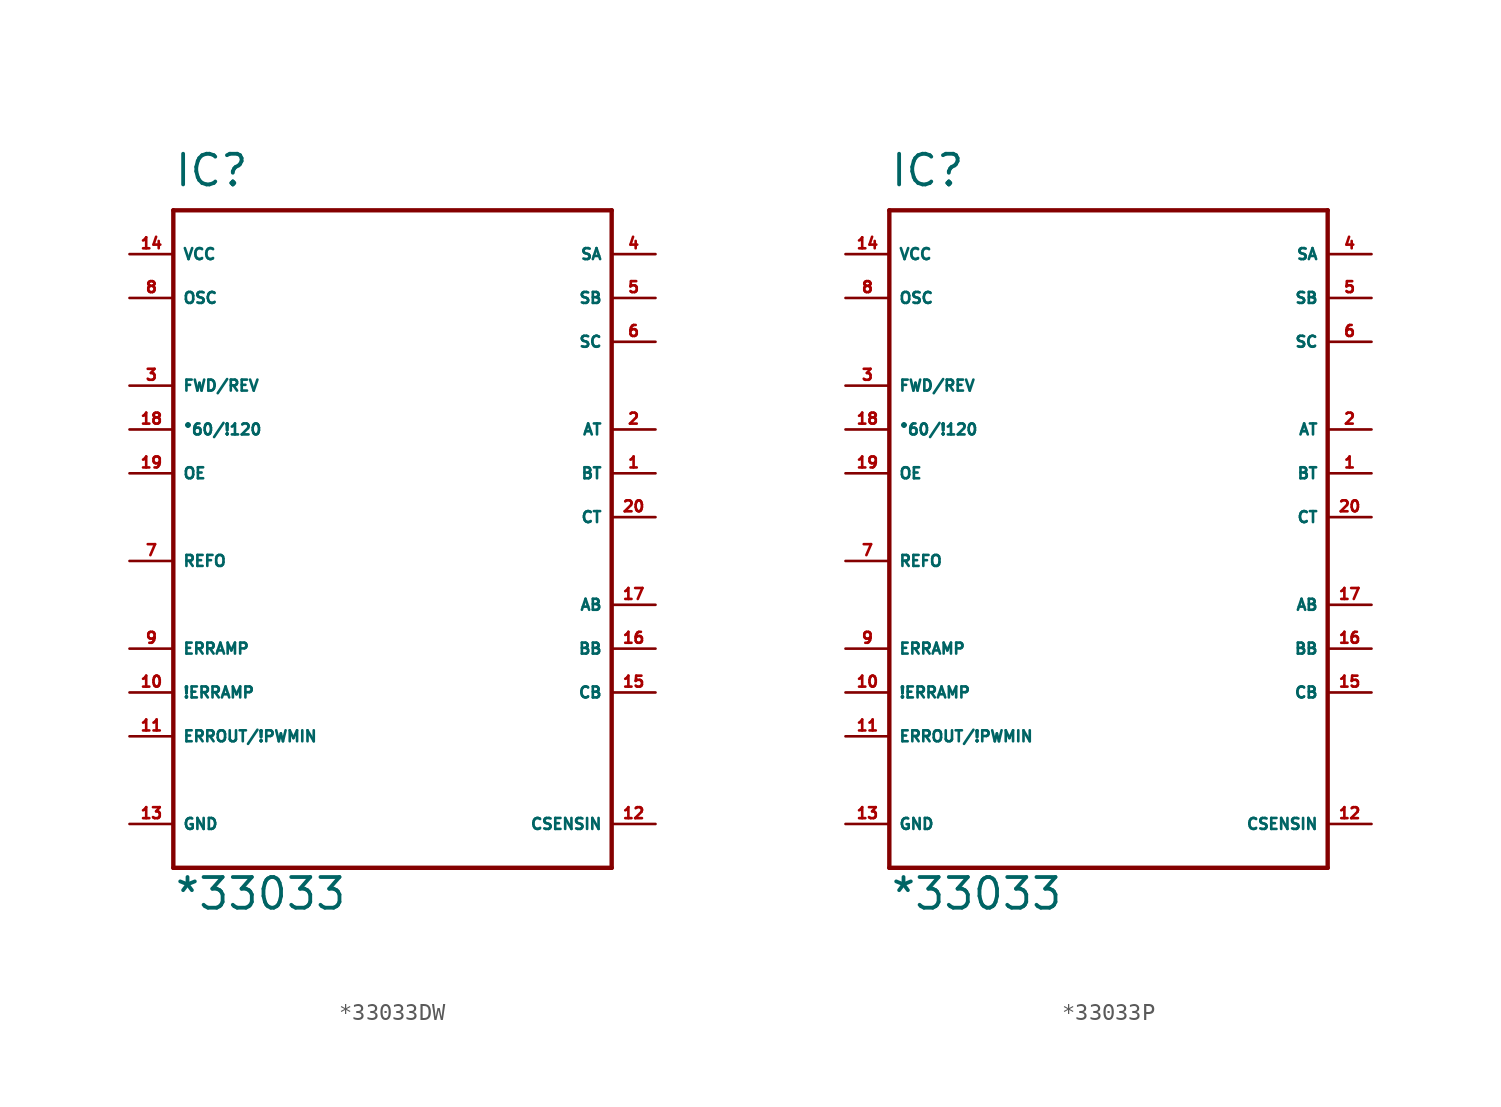
<source format=kicad_sym>
(kicad_symbol_lib
  (version 20220914)
  (generator Eagle2Kicad)
  (symbol "*33033DW"
    (property "Reference" "IC"
      (at -12.7 21.59 0)
      (effects (font (size 1.778 1.778) (thickness 0.22)) (justify left bottom)))
    (property "Value" "*33033"
      (at -12.7 -20.32 0)
      (effects (font (size 1.778 1.778) (thickness 0.22)) (justify left bottom)))
    (polyline
      (pts (xy -12.7 20.32) (xy 12.7 20.32))
      (stroke (width 0.254) (type default))
      (fill (type none)))
    (polyline
      (pts (xy 12.7 20.32) (xy 12.7 -17.78))
      (stroke (width 0.254) (type default))
      (fill (type none)))
    (polyline
      (pts (xy 12.7 -17.78) (xy -12.7 -17.78))
      (stroke (width 0.254) (type default))
      (fill (type none)))
    (polyline
      (pts (xy -12.7 -17.78) (xy -12.7 20.32))
      (stroke (width 0.254) (type default))
      (fill (type none)))
    (pin output line
      (at 15.24 7.62 180)
      (length 2.54)
      (name "AT" (effects (font (size 0.635 0.635) (thickness 0.08)) (justify left bottom)))
      (number "2" (effects (font (size 0.635 0.635) (thickness 0.08)) (justify left bottom))))
    (pin output line
      (at 15.24 5.08 180)
      (length 2.54)
      (name "BT" (effects (font (size 0.635 0.635) (thickness 0.08)) (justify left bottom)))
      (number "1" (effects (font (size 0.635 0.635) (thickness 0.08)) (justify left bottom))))
    (pin output line
      (at 15.24 2.54 180)
      (length 2.54)
      (name "CT" (effects (font (size 0.635 0.635) (thickness 0.08)) (justify left bottom)))
      (number "20" (effects (font (size 0.635 0.635) (thickness 0.08)) (justify left bottom))))
    (pin output line
      (at 15.24 -2.54 180)
      (length 2.54)
      (name "AB" (effects (font (size 0.635 0.635) (thickness 0.08)) (justify left bottom)))
      (number "17" (effects (font (size 0.635 0.635) (thickness 0.08)) (justify left bottom))))
    (pin output line
      (at 15.24 -5.08 180)
      (length 2.54)
      (name "BB" (effects (font (size 0.635 0.635) (thickness 0.08)) (justify left bottom)))
      (number "16" (effects (font (size 0.635 0.635) (thickness 0.08)) (justify left bottom))))
    (pin output line
      (at 15.24 -7.62 180)
      (length 2.54)
      (name "CB" (effects (font (size 0.635 0.635) (thickness 0.08)) (justify left bottom)))
      (number "15" (effects (font (size 0.635 0.635) (thickness 0.08)) (justify left bottom))))
    (pin input line
      (at 15.24 17.78 180)
      (length 2.54)
      (name "SA" (effects (font (size 0.635 0.635) (thickness 0.08)) (justify left bottom)))
      (number "4" (effects (font (size 0.635 0.635) (thickness 0.08)) (justify left bottom))))
    (pin input line
      (at 15.24 15.24 180)
      (length 2.54)
      (name "SB" (effects (font (size 0.635 0.635) (thickness 0.08)) (justify left bottom)))
      (number "5" (effects (font (size 0.635 0.635) (thickness 0.08)) (justify left bottom))))
    (pin input line
      (at 15.24 12.7 180)
      (length 2.54)
      (name "SC" (effects (font (size 0.635 0.635) (thickness 0.08)) (justify left bottom)))
      (number "6" (effects (font (size 0.635 0.635) (thickness 0.08)) (justify left bottom))))
    (pin output line
      (at -15.24 0 0)
      (length 2.54)
      (name "REFO" (effects (font (size 0.635 0.635) (thickness 0.08)) (justify left bottom)))
      (number "7" (effects (font (size 0.635 0.635) (thickness 0.08)) (justify left bottom))))
    (pin passive line
      (at -15.24 -10.16 0)
      (length 2.54)
      (name "ERROUT/!PWMIN" (effects (font (size 0.635 0.635) (thickness 0.08)) (justify left bottom)))
      (number "11" (effects (font (size 0.635 0.635) (thickness 0.08)) (justify left bottom))))
    (pin input line
      (at -15.24 5.08 0)
      (length 2.54)
      (name "OE" (effects (font (size 0.635 0.635) (thickness 0.08)) (justify left bottom)))
      (number "19" (effects (font (size 0.635 0.635) (thickness 0.08)) (justify left bottom))))
    (pin input line
      (at 15.24 -15.24 180)
      (length 2.54)
      (name "CSENSIN" (effects (font (size 0.635 0.635) (thickness 0.08)) (justify left bottom)))
      (number "12" (effects (font (size 0.635 0.635) (thickness 0.08)) (justify left bottom))))
    (pin input line
      (at -15.24 -5.08 0)
      (length 2.54)
      (name "ERRAMP" (effects (font (size 0.635 0.635) (thickness 0.08)) (justify left bottom)))
      (number "9" (effects (font (size 0.635 0.635) (thickness 0.08)) (justify left bottom))))
    (pin input line
      (at -15.24 -7.62 0)
      (length 2.54)
      (name "!ERRAMP" (effects (font (size 0.635 0.635) (thickness 0.08)) (justify left bottom)))
      (number "10" (effects (font (size 0.635 0.635) (thickness 0.08)) (justify left bottom))))
    (pin input line
      (at -15.24 15.24 0)
      (length 2.54)
      (name "OSC" (effects (font (size 0.635 0.635) (thickness 0.08)) (justify left bottom)))
      (number "8" (effects (font (size 0.635 0.635) (thickness 0.08)) (justify left bottom))))
    (pin input line
      (at -15.24 10.16 0)
      (length 2.54)
      (name "FWD/REV" (effects (font (size 0.635 0.635) (thickness 0.08)) (justify left bottom)))
      (number "3" (effects (font (size 0.635 0.635) (thickness 0.08)) (justify left bottom))))
    (pin input line
      (at -15.24 7.62 0)
      (length 2.54)
      (name "°60/!120" (effects (font (size 0.635 0.635) (thickness 0.08)) (justify left bottom)))
      (number "18" (effects (font (size 0.635 0.635) (thickness 0.08)) (justify left bottom))))
    (pin unspecified line
      (at -15.24 17.78 0)
      (length 2.54)
      (name "VCC" (effects (font (size 0.635 0.635) (thickness 0.08)) (justify left bottom)))
      (number "14" (effects (font (size 0.635 0.635) (thickness 0.08)) (justify left bottom))))
    (pin unspecified line
      (at -15.24 -15.24 0)
      (length 2.54)
      (name "GND" (effects (font (size 0.635 0.635) (thickness 0.08)) (justify left bottom)))
      (number "13" (effects (font (size 0.635 0.635) (thickness 0.08)) (justify left bottom)))))
  (symbol "*33033P"
    (property "Reference" "IC"
      (at -12.7 21.59 0)
      (effects (font (size 1.778 1.778) (thickness 0.22)) (justify left bottom)))
    (property "Value" "*33033"
      (at -12.7 -20.32 0)
      (effects (font (size 1.778 1.778) (thickness 0.22)) (justify left bottom)))
    (polyline
      (pts (xy -12.7 20.32) (xy 12.7 20.32))
      (stroke (width 0.254) (type default))
      (fill (type none)))
    (polyline
      (pts (xy 12.7 20.32) (xy 12.7 -17.78))
      (stroke (width 0.254) (type default))
      (fill (type none)))
    (polyline
      (pts (xy 12.7 -17.78) (xy -12.7 -17.78))
      (stroke (width 0.254) (type default))
      (fill (type none)))
    (polyline
      (pts (xy -12.7 -17.78) (xy -12.7 20.32))
      (stroke (width 0.254) (type default))
      (fill (type none)))
    (pin output line
      (at 15.24 7.62 180)
      (length 2.54)
      (name "AT" (effects (font (size 0.635 0.635) (thickness 0.08)) (justify left bottom)))
      (number "2" (effects (font (size 0.635 0.635) (thickness 0.08)) (justify left bottom))))
    (pin output line
      (at 15.24 5.08 180)
      (length 2.54)
      (name "BT" (effects (font (size 0.635 0.635) (thickness 0.08)) (justify left bottom)))
      (number "1" (effects (font (size 0.635 0.635) (thickness 0.08)) (justify left bottom))))
    (pin output line
      (at 15.24 2.54 180)
      (length 2.54)
      (name "CT" (effects (font (size 0.635 0.635) (thickness 0.08)) (justify left bottom)))
      (number "20" (effects (font (size 0.635 0.635) (thickness 0.08)) (justify left bottom))))
    (pin output line
      (at 15.24 -2.54 180)
      (length 2.54)
      (name "AB" (effects (font (size 0.635 0.635) (thickness 0.08)) (justify left bottom)))
      (number "17" (effects (font (size 0.635 0.635) (thickness 0.08)) (justify left bottom))))
    (pin output line
      (at 15.24 -5.08 180)
      (length 2.54)
      (name "BB" (effects (font (size 0.635 0.635) (thickness 0.08)) (justify left bottom)))
      (number "16" (effects (font (size 0.635 0.635) (thickness 0.08)) (justify left bottom))))
    (pin output line
      (at 15.24 -7.62 180)
      (length 2.54)
      (name "CB" (effects (font (size 0.635 0.635) (thickness 0.08)) (justify left bottom)))
      (number "15" (effects (font (size 0.635 0.635) (thickness 0.08)) (justify left bottom))))
    (pin input line
      (at 15.24 17.78 180)
      (length 2.54)
      (name "SA" (effects (font (size 0.635 0.635) (thickness 0.08)) (justify left bottom)))
      (number "4" (effects (font (size 0.635 0.635) (thickness 0.08)) (justify left bottom))))
    (pin input line
      (at 15.24 15.24 180)
      (length 2.54)
      (name "SB" (effects (font (size 0.635 0.635) (thickness 0.08)) (justify left bottom)))
      (number "5" (effects (font (size 0.635 0.635) (thickness 0.08)) (justify left bottom))))
    (pin input line
      (at 15.24 12.7 180)
      (length 2.54)
      (name "SC" (effects (font (size 0.635 0.635) (thickness 0.08)) (justify left bottom)))
      (number "6" (effects (font (size 0.635 0.635) (thickness 0.08)) (justify left bottom))))
    (pin output line
      (at -15.24 0 0)
      (length 2.54)
      (name "REFO" (effects (font (size 0.635 0.635) (thickness 0.08)) (justify left bottom)))
      (number "7" (effects (font (size 0.635 0.635) (thickness 0.08)) (justify left bottom))))
    (pin passive line
      (at -15.24 -10.16 0)
      (length 2.54)
      (name "ERROUT/!PWMIN" (effects (font (size 0.635 0.635) (thickness 0.08)) (justify left bottom)))
      (number "11" (effects (font (size 0.635 0.635) (thickness 0.08)) (justify left bottom))))
    (pin input line
      (at -15.24 5.08 0)
      (length 2.54)
      (name "OE" (effects (font (size 0.635 0.635) (thickness 0.08)) (justify left bottom)))
      (number "19" (effects (font (size 0.635 0.635) (thickness 0.08)) (justify left bottom))))
    (pin input line
      (at 15.24 -15.24 180)
      (length 2.54)
      (name "CSENSIN" (effects (font (size 0.635 0.635) (thickness 0.08)) (justify left bottom)))
      (number "12" (effects (font (size 0.635 0.635) (thickness 0.08)) (justify left bottom))))
    (pin input line
      (at -15.24 -5.08 0)
      (length 2.54)
      (name "ERRAMP" (effects (font (size 0.635 0.635) (thickness 0.08)) (justify left bottom)))
      (number "9" (effects (font (size 0.635 0.635) (thickness 0.08)) (justify left bottom))))
    (pin input line
      (at -15.24 -7.62 0)
      (length 2.54)
      (name "!ERRAMP" (effects (font (size 0.635 0.635) (thickness 0.08)) (justify left bottom)))
      (number "10" (effects (font (size 0.635 0.635) (thickness 0.08)) (justify left bottom))))
    (pin input line
      (at -15.24 15.24 0)
      (length 2.54)
      (name "OSC" (effects (font (size 0.635 0.635) (thickness 0.08)) (justify left bottom)))
      (number "8" (effects (font (size 0.635 0.635) (thickness 0.08)) (justify left bottom))))
    (pin input line
      (at -15.24 10.16 0)
      (length 2.54)
      (name "FWD/REV" (effects (font (size 0.635 0.635) (thickness 0.08)) (justify left bottom)))
      (number "3" (effects (font (size 0.635 0.635) (thickness 0.08)) (justify left bottom))))
    (pin input line
      (at -15.24 7.62 0)
      (length 2.54)
      (name "°60/!120" (effects (font (size 0.635 0.635) (thickness 0.08)) (justify left bottom)))
      (number "18" (effects (font (size 0.635 0.635) (thickness 0.08)) (justify left bottom))))
    (pin unspecified line
      (at -15.24 17.78 0)
      (length 2.54)
      (name "VCC" (effects (font (size 0.635 0.635) (thickness 0.08)) (justify left bottom)))
      (number "14" (effects (font (size 0.635 0.635) (thickness 0.08)) (justify left bottom))))
    (pin unspecified line
      (at -15.24 -15.24 0)
      (length 2.54)
      (name "GND" (effects (font (size 0.635 0.635) (thickness 0.08)) (justify left bottom)))
      (number "13" (effects (font (size 0.635 0.635) (thickness 0.08)) (justify left bottom))))))
</source>
